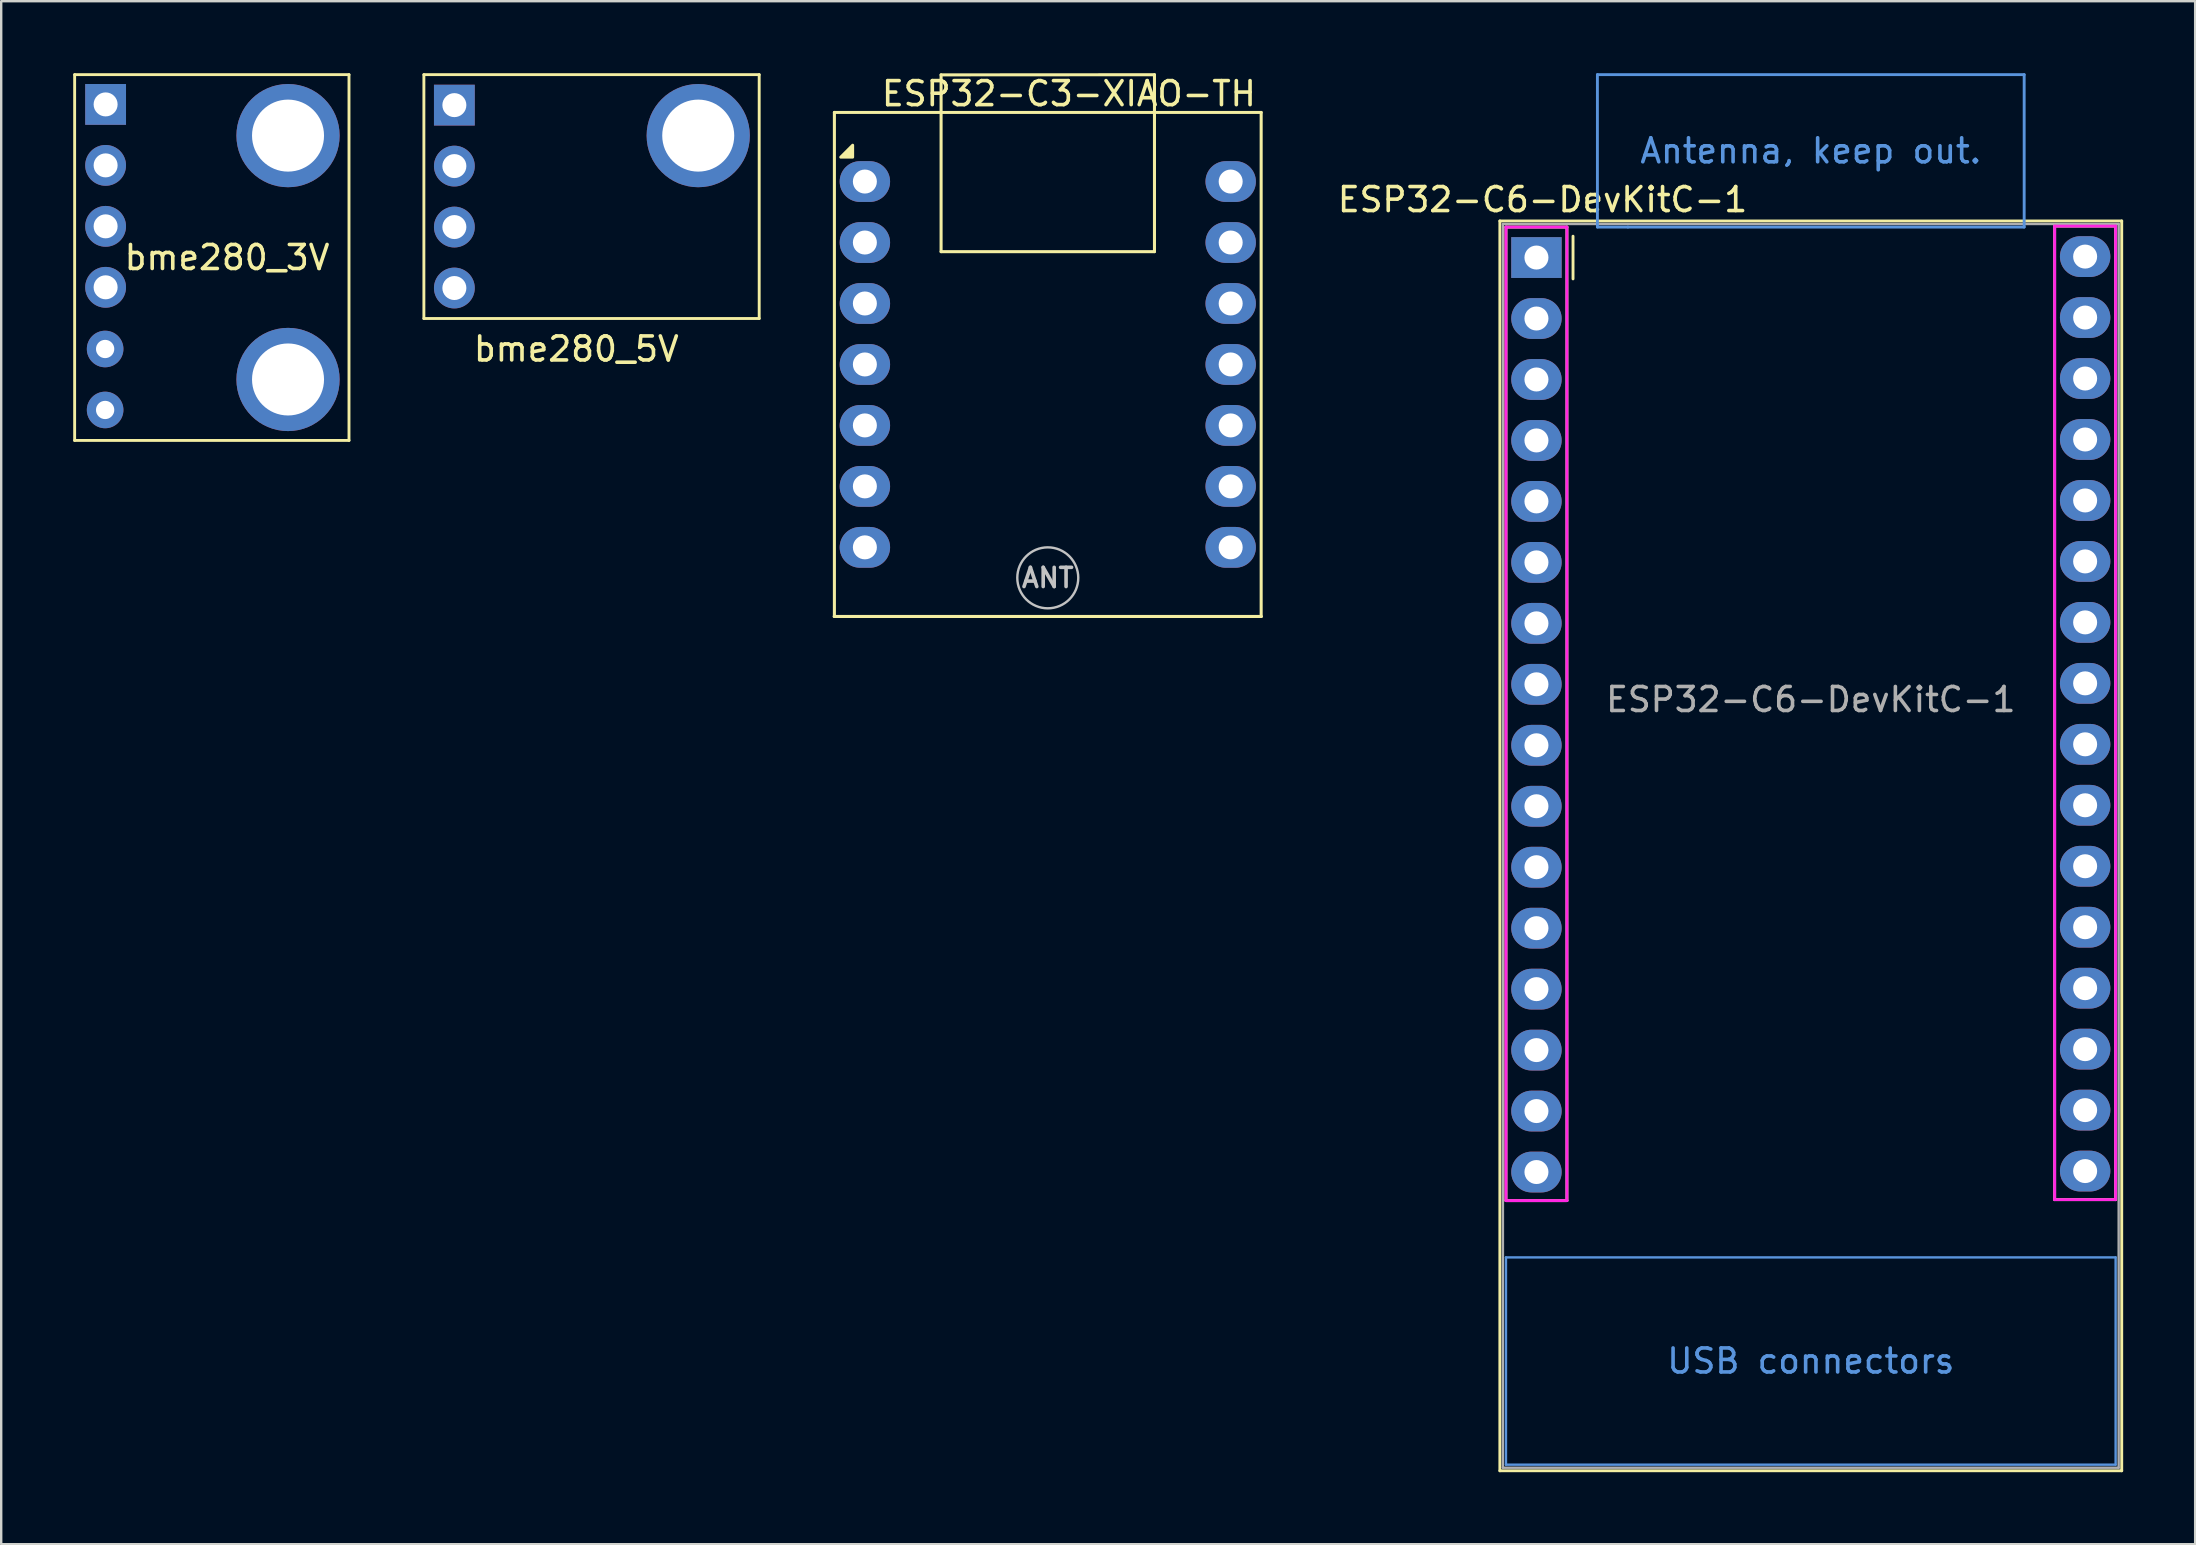
<source format=kicad_pcb>
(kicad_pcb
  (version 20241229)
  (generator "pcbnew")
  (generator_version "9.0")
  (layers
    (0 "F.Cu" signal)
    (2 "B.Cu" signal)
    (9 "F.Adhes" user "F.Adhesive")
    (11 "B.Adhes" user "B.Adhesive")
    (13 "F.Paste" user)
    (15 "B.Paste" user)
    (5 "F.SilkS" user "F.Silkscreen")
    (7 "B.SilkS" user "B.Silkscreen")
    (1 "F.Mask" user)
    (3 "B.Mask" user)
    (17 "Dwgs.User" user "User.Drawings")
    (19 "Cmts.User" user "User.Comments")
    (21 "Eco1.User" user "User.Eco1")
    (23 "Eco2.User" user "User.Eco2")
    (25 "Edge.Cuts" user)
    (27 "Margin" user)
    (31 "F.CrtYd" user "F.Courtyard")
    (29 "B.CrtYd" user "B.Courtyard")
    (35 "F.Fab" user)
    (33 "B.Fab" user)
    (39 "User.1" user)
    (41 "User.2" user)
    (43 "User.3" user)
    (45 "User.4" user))
  (footprint "ESP32-C3-XIAO-TH"
    (layer "F.Cu")
    (at 32.983 4.514)
    (property "Reference" "ESP32-C3-XIAO-TH" (at 8.499 -3.66 0) (layer "F.SilkS") (effects (font (size 1 1) (thickness 0.15))))
    (attr through_hole)
    (fp_line (start -1.28 18.12) (end 16.52 18.12) (stroke (width 0.127) (type solid)) (layer "F.SilkS"))
    (fp_line (start -1.27 -2.88) (end -1.27 18.12) (stroke (width 0.127) (type solid)) (layer "F.SilkS"))
    (fp_line (start 3.175 -4.445) (end 12.065 -4.451) (stroke (width 0.127) (type solid)) (layer "F.SilkS"))
    (fp_line (start 3.175 2.921) (end 3.175 -4.445) (stroke (width 0.127) (type solid)) (layer "F.SilkS"))
    (fp_line (start 12.065 -4.451) (end 12.065 2.921) (stroke (width 0.127) (type solid)) (layer "F.SilkS"))
    (fp_line (start 12.065 2.921) (end 3.175 2.921) (stroke (width 0.127) (type solid)) (layer "F.SilkS"))
    (fp_line (start 16.51 -2.88) (end -1.27 -2.88) (stroke (width 0.127) (type solid)) (layer "F.SilkS"))
    (fp_line (start 16.51 18.12) (end 16.51 -2.88) (stroke (width 0.127) (type solid)) (layer "F.SilkS"))
    (fp_poly (pts (xy -0.508 -1.016) (xy -1.008 -1.016) (xy -0.508 -1.516) (xy -0.508 -1.016)) (stroke (width 0.12) (type solid)) (fill yes) (layer "F.SilkS"))
    (fp_arc (start 7.62 15.24) (mid 7.62 17.78) (end 7.62 15.24) (stroke (width 0.1) (type default)) (layer "Dwgs.User"))
    (fp_text user "ANT" (at 7.62 16.51 0) (unlocked yes) (layer "Dwgs.User") (effects (font (size 0.8 0.8) (thickness 0.15))))
    (pad "1" thru_hole oval (at 0 0) (size 2.1 1.7) (drill 1) (layers "*.Cu" "*.Mask"))
    (pad "2" thru_hole oval (at 0 2.54) (size 2.1 1.7) (drill 1) (layers "*.Cu" "*.Mask"))
    (pad "3" thru_hole oval (at 0 5.08) (size 2.1 1.7) (drill 1) (layers "*.Cu" "*.Mask"))
    (pad "4" thru_hole oval (at 0 7.62) (size 2.1 1.7) (drill 1) (layers "*.Cu" "*.Mask"))
    (pad "5" thru_hole oval (at 0 10.16) (size 2.1 1.7) (drill 1) (layers "*.Cu" "*.Mask"))
    (pad "6" thru_hole oval (at 0 12.7) (size 2.1 1.7) (drill 1) (layers "*.Cu" "*.Mask"))
    (pad "7" thru_hole oval (at 0 15.24) (size 2.1 1.7) (drill 1) (layers "*.Cu" "*.Mask"))
    (pad "8" thru_hole oval (at 15.24 15.24) (size 2.1 1.7) (drill 1) (layers "*.Cu" "*.Mask"))
    (pad "9" thru_hole oval (at 15.24 12.7) (size 2.1 1.7) (drill 1) (layers "*.Cu" "*.Mask"))
    (pad "10" thru_hole oval (at 15.24 10.16) (size 2.1 1.7) (drill 1) (layers "*.Cu" "*.Mask"))
    (pad "11" thru_hole oval (at 15.24 7.62) (size 2.1 1.7) (drill 1) (layers "*.Cu" "*.Mask"))
    (pad "12" thru_hole oval (at 15.24 5.08) (size 2.1 1.7) (drill 1) (layers "*.Cu" "*.Mask"))
    (pad "13" thru_hole oval (at 15.24 2.54) (size 2.1 1.7) (drill 1) (layers "*.Cu" "*.Mask"))
    (pad "14" thru_hole oval (at 15.24 0) (size 2.1 1.7) (drill 1) (layers "*.Cu" "*.Mask")))
  (footprint "bme280_5V"
    (layer "F.Cu")
    (at 15.86 1.36)
    (property "Reference" "bme280_5V" (at 5.1 10.13 0) (layer "F.SilkS") (effects (font (size 1 1) (thickness 0.15))))
    (attr through_hole)
    (fp_line (start -1.25 -1.3) (end -1.25 8.86) (stroke (width 0.12) (type solid)) (layer "F.SilkS"))
    (fp_line (start -1.25 8.86) (end 12.72 8.86) (stroke (width 0.12) (type solid)) (layer "F.SilkS"))
    (fp_line (start 12.72 -1.3) (end -1.25 -1.3) (stroke (width 0.12) (type solid)) (layer "F.SilkS"))
    (fp_line (start 12.72 8.86) (end 12.72 -1.3) (stroke (width 0.12) (type solid)) (layer "F.SilkS"))
    (pad "1" thru_hole rect (at 0.02 -0.03) (size 1.7 1.7) (drill 1) (layers "*.Cu" "*.Mask"))
    (pad "2" thru_hole circle (at 0.02 2.51) (size 1.7 1.7) (drill 1) (layers "*.Cu" "*.Mask"))
    (pad "3" thru_hole circle (at 0.02 5.05) (size 1.7 1.7) (drill 1) (layers "*.Cu" "*.Mask"))
    (pad "4" thru_hole circle (at 0.02 7.59) (size 1.7 1.7) (drill 1) (layers "*.Cu" "*.Mask"))
    (pad "~" thru_hole circle (at 10.18 1.24) (size 4.3 4.3) (drill 3) (layers "*.Cu" "*.Mask")))
  (footprint "ESP32-C6-DevKitC-1"
    (layer "F.Cu")
    (at 60.962 7.68)
    (property "Reference" "ESP32-C6-DevKitC-1" (at 0.254 -2.413 0) (layer "F.SilkS") (effects (font (size 1 1) (thickness 0.15))))
    (attr through_hole)
    (fp_line (start -1.524 -1.524) (end -1.524 50.546) (stroke (width 0.12) (type solid)) (layer "F.SilkS"))
    (fp_line (start -1.524 -1.524) (end 24.384 -1.524) (stroke (width 0.12) (type solid)) (layer "F.SilkS"))
    (fp_line (start -1.524 50.546) (end 24.384 50.546) (stroke (width 0.12) (type solid)) (layer "F.SilkS"))
    (fp_line (start -1.27 -1.27) (end -1.27 39.29) (stroke (width 0.12) (type solid)) (layer "F.SilkS"))
    (fp_line (start -1.27 39.29) (end 1.27 39.29) (stroke (width 0.12) (type solid)) (layer "F.SilkS"))
    (fp_line (start 1.27 -1.27) (end -1.27 -1.27) (stroke (width 0.12) (type solid)) (layer "F.SilkS"))
    (fp_line (start 1.27 39.29) (end 1.27 -1.27) (stroke (width 0.12) (type solid)) (layer "F.SilkS"))
    (fp_line (start 1.524 0.889) (end 1.524 -0.889) (stroke (width 0.12) (type solid)) (layer "F.SilkS"))
    (fp_line (start 21.59 39.25) (end 21.59 -1.31) (stroke (width 0.12) (type solid)) (layer "F.SilkS"))
    (fp_line (start 21.59 39.25) (end 24.13 39.25) (stroke (width 0.12) (type solid)) (layer "F.SilkS"))
    (fp_line (start 24.13 -1.31) (end 21.59 -1.31) (stroke (width 0.12) (type solid)) (layer "F.SilkS"))
    (fp_line (start 24.13 -1.31) (end 24.13 39.25) (stroke (width 0.12) (type solid)) (layer "F.SilkS"))
    (fp_line (start 24.384 -1.524) (end 24.384 50.546) (stroke (width 0.12) (type solid)) (layer "F.SilkS"))
    (fp_line (start -1.27 41.656) (end -1.27 50.292) (stroke (width 0.1) (type default)) (layer "Cmts.User"))
    (fp_line (start -1.27 50.292) (end 24.13 50.292) (stroke (width 0.1) (type default)) (layer "Cmts.User"))
    (fp_line (start 2.54 -7.62) (end 2.54 -1.27) (stroke (width 0.12) (type solid)) (layer "Cmts.User"))
    (fp_line (start 2.54 -1.27) (end 3.81 -1.27) (stroke (width 0.12) (type solid)) (layer "Cmts.User"))
    (fp_line (start 3.81 -1.27) (end 20.32 -1.27) (stroke (width 0.12) (type solid)) (layer "Cmts.User"))
    (fp_line (start 20.32 -7.62) (end 2.54 -7.62) (stroke (width 0.12) (type solid)) (layer "Cmts.User"))
    (fp_line (start 20.32 -1.27) (end 20.32 -7.62) (stroke (width 0.12) (type solid)) (layer "Cmts.User"))
    (fp_line (start 24.13 41.656) (end -1.27 41.656) (stroke (width 0.1) (type default)) (layer "Cmts.User"))
    (fp_line (start 24.13 50.292) (end 24.13 41.656) (stroke (width 0.1) (type default)) (layer "Cmts.User"))
    (fp_line (start -1.27 -1.27) (end 1.27 -1.27) (stroke (width 0.12) (type solid)) (layer "F.CrtYd"))
    (fp_line (start -1.27 39.29) (end -1.27 -1.27) (stroke (width 0.12) (type solid)) (layer "F.CrtYd"))
    (fp_line (start 1.27 -1.27) (end 1.27 39.29) (stroke (width 0.12) (type solid)) (layer "F.CrtYd"))
    (fp_line (start 1.27 39.29) (end -1.27 39.29) (stroke (width 0.12) (type solid)) (layer "F.CrtYd"))
    (fp_line (start 21.59 -1.31) (end 24.13 -1.31) (stroke (width 0.12) (type solid)) (layer "F.CrtYd"))
    (fp_line (start 21.59 39.25) (end 21.59 -1.31) (stroke (width 0.12) (type solid)) (layer "F.CrtYd"))
    (fp_line (start 24.13 -1.31) (end 24.13 39.25) (stroke (width 0.12) (type solid)) (layer "F.CrtYd"))
    (fp_line (start 24.13 39.25) (end 21.59 39.25) (stroke (width 0.12) (type solid)) (layer "F.CrtYd"))
    (fp_line (start -1.397 -1.397) (end -1.397 50.419) (stroke (width 0.1) (type solid)) (layer "F.Fab"))
    (fp_line (start -1.397 -1.397) (end 24.257 -1.397) (stroke (width 0.1) (type solid)) (layer "F.Fab"))
    (fp_line (start -1.397 50.419) (end 24.257 50.419) (stroke (width 0.1) (type solid)) (layer "F.Fab"))
    (fp_line (start 24.257 -1.397) (end 24.257 50.419) (stroke (width 0.1) (type solid)) (layer "F.Fab"))
    (fp_text user "Antenna, keep out." (at 11.43 -4.445 0) (layer "Cmts.User") (effects (font (size 1 1) (thickness 0.15))))
    (fp_text user "USB connectors" (at 11.43 45.974 0) (layer "Cmts.User") (effects (font (size 1 1) (thickness 0.15))))
    (fp_text user "${REFERENCE}" (at 11.43 18.415 0) (layer "F.Fab") (effects (font (size 1 1) (thickness 0.15))))
    (pad "1" thru_hole rect (at 0 0) (size 2.1 1.7) (drill 1) (layers "*.Cu" "*.Mask"))
    (pad "2" thru_hole oval (at 0 2.54) (size 2.1 1.7) (drill 1) (layers "*.Cu" "*.Mask"))
    (pad "3" thru_hole oval (at 0 5.08) (size 2.1 1.7) (drill 1) (layers "*.Cu" "*.Mask"))
    (pad "4" thru_hole oval (at 0 7.62) (size 2.1 1.7) (drill 1) (layers "*.Cu" "*.Mask"))
    (pad "5" thru_hole oval (at 0 10.16) (size 2.1 1.7) (drill 1) (layers "*.Cu" "*.Mask"))
    (pad "6" thru_hole oval (at 0 12.7) (size 2.1 1.7) (drill 1) (layers "*.Cu" "*.Mask"))
    (pad "7" thru_hole oval (at 0 15.24) (size 2.1 1.7) (drill 1) (layers "*.Cu" "*.Mask"))
    (pad "8" thru_hole oval (at 0 17.78) (size 2.1 1.7) (drill 1) (layers "*.Cu" "*.Mask"))
    (pad "9" thru_hole oval (at 0 20.32) (size 2.1 1.7) (drill 1) (layers "*.Cu" "*.Mask"))
    (pad "10" thru_hole oval (at 0 22.86) (size 2.1 1.7) (drill 1) (layers "*.Cu" "*.Mask"))
    (pad "11" thru_hole oval (at 0 25.4) (size 2.1 1.7) (drill 1) (layers "*.Cu" "*.Mask"))
    (pad "12" thru_hole oval (at 0 27.94) (size 2.1 1.7) (drill 1) (layers "*.Cu" "*.Mask"))
    (pad "13" thru_hole oval (at 0 30.48) (size 2.1 1.7) (drill 1) (layers "*.Cu" "*.Mask"))
    (pad "14" thru_hole oval (at 0 33.02) (size 2.1 1.7) (drill 1) (layers "*.Cu" "*.Mask"))
    (pad "15" thru_hole oval (at 0 35.56) (size 2.1 1.7) (drill 1) (layers "*.Cu" "*.Mask"))
    (pad "16" thru_hole oval (at 0 38.1) (size 2.1 1.7) (drill 1) (layers "*.Cu" "*.Mask"))
    (pad "17" thru_hole oval (at 22.86 -0.04) (size 2.1 1.7) (drill 1) (layers "*.Cu" "*.Mask"))
    (pad "18" thru_hole oval (at 22.86 2.5) (size 2.1 1.7) (drill 1) (layers "*.Cu" "*.Mask"))
    (pad "19" thru_hole oval (at 22.86 5.04) (size 2.1 1.7) (drill 1) (layers "*.Cu" "*.Mask"))
    (pad "20" thru_hole oval (at 22.86 7.58) (size 2.1 1.7) (drill 1) (layers "*.Cu" "*.Mask"))
    (pad "21" thru_hole oval (at 22.86 10.12) (size 2.1 1.7) (drill 1) (layers "*.Cu" "*.Mask"))
    (pad "22" thru_hole oval (at 22.86 12.66) (size 2.1 1.7) (drill 1) (layers "*.Cu" "*.Mask"))
    (pad "23" thru_hole oval (at 22.86 15.2) (size 2.1 1.7) (drill 1) (layers "*.Cu" "*.Mask"))
    (pad "24" thru_hole oval (at 22.86 17.74) (size 2.1 1.7) (drill 1) (layers "*.Cu" "*.Mask"))
    (pad "25" thru_hole oval (at 22.86 20.28) (size 2.1 1.7) (drill 1) (layers "*.Cu" "*.Mask"))
    (pad "26" thru_hole oval (at 22.86 22.82) (size 2.1 1.7) (drill 1) (layers "*.Cu" "*.Mask"))
    (pad "27" thru_hole oval (at 22.86 25.36) (size 2.1 1.7) (drill 1) (layers "*.Cu" "*.Mask"))
    (pad "28" thru_hole oval (at 22.86 27.9) (size 2.1 1.7) (drill 1) (layers "*.Cu" "*.Mask"))
    (pad "29" thru_hole oval (at 22.86 30.44) (size 2.1 1.7) (drill 1) (layers "*.Cu" "*.Mask"))
    (pad "30" thru_hole oval (at 22.86 32.98) (size 2.1 1.7) (drill 1) (layers "*.Cu" "*.Mask"))
    (pad "31" thru_hole oval (at 22.86 35.52) (size 2.1 1.7) (drill 1) (layers "*.Cu" "*.Mask"))
    (pad "32" thru_hole oval (at 22.86 38.06) (size 2.1 1.7) (drill 1) (layers "*.Cu" "*.Mask")))
  (footprint "bme280_3V"
    (layer "F.Cu")
    (at 1.33 1.33)
    (property "Reference" "bme280_3V" (at 5.08 6.35 0) (layer "F.SilkS") (effects (font (size 1 1) (thickness 0.15))))
    (attr through_hole)
    (fp_line (start -1.27 -1.27) (end -1.27 13.97) (stroke (width 0.12) (type solid)) (layer "F.SilkS"))
    (fp_line (start -1.27 13.97) (end 10.16 13.97) (stroke (width 0.12) (type solid)) (layer "F.SilkS"))
    (fp_line (start 10.16 -1.27) (end -1.27 -1.27) (stroke (width 0.12) (type solid)) (layer "F.SilkS"))
    (fp_line (start 10.16 13.97) (end 10.16 -1.27) (stroke (width 0.12) (type solid)) (layer "F.SilkS"))
    (pad "1" thru_hole rect (at 0.02 -0.03) (size 1.7 1.7) (drill 1) (layers "*.Cu" "*.Mask"))
    (pad "2" thru_hole circle (at 0.02 2.51) (size 1.7 1.7) (drill 1) (layers "*.Cu" "*.Mask"))
    (pad "3" thru_hole circle (at 0.02 5.05) (size 1.7 1.7) (drill 1) (layers "*.Cu" "*.Mask"))
    (pad "4" thru_hole circle (at 0.02 7.59) (size 1.7 1.7) (drill 1) (layers "*.Cu" "*.Mask"))
    (pad "5" thru_hole circle (at 0 10.16) (size 1.524 1.524) (drill 0.762) (layers "*.Cu" "*.Mask"))
    (pad "6" thru_hole circle (at 0 12.7) (size 1.524 1.524) (drill 0.762) (layers "*.Cu" "*.Mask"))
    (pad "~" thru_hole circle (at 7.62 1.27) (size 4.3 4.3) (drill 3) (layers "*.Cu" "*.Mask"))
    (pad "~" thru_hole circle (at 7.62 11.43) (size 4.3 4.3) (drill 3) (layers "*.Cu" "*.Mask")))
  (gr_rect
    (start -3 -3)
    (end 88.406 61.286)
    (stroke (width 0.1) (type default))
    (fill no)
    (layer "Edge.Cuts")))
</source>
